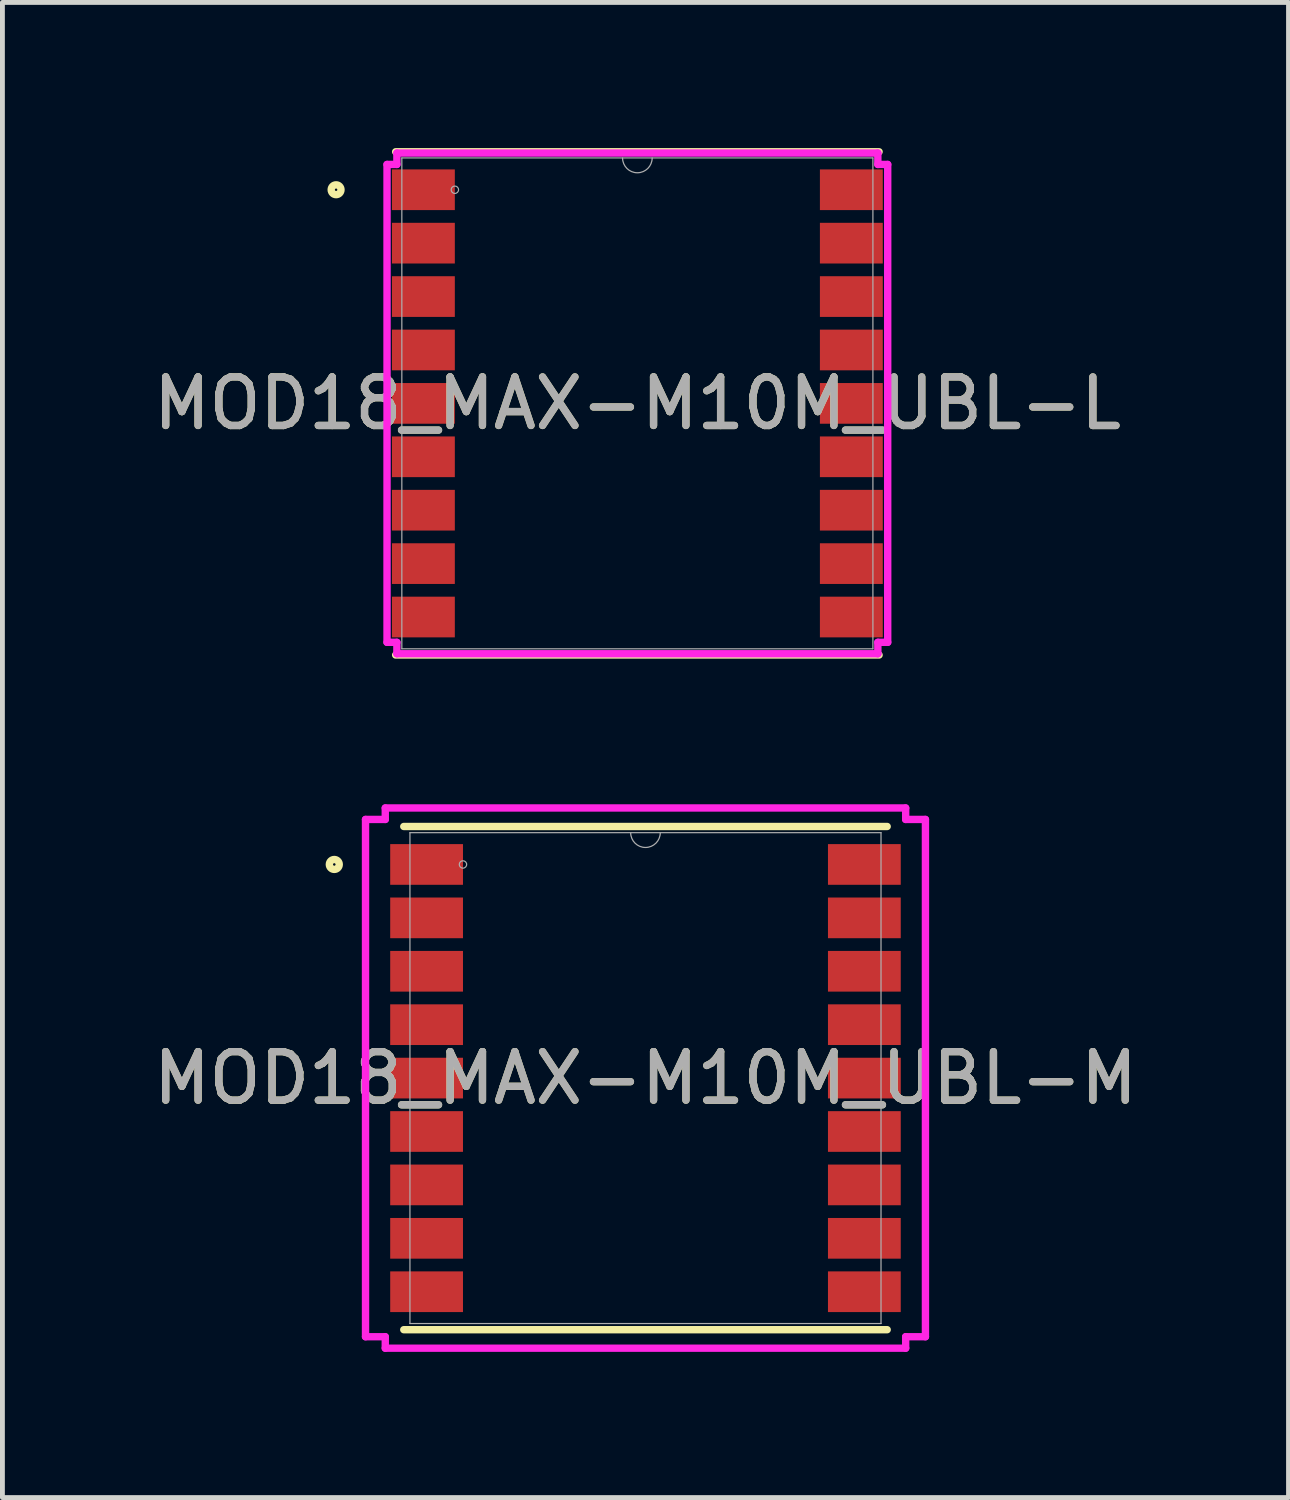
<source format=kicad_pcb>
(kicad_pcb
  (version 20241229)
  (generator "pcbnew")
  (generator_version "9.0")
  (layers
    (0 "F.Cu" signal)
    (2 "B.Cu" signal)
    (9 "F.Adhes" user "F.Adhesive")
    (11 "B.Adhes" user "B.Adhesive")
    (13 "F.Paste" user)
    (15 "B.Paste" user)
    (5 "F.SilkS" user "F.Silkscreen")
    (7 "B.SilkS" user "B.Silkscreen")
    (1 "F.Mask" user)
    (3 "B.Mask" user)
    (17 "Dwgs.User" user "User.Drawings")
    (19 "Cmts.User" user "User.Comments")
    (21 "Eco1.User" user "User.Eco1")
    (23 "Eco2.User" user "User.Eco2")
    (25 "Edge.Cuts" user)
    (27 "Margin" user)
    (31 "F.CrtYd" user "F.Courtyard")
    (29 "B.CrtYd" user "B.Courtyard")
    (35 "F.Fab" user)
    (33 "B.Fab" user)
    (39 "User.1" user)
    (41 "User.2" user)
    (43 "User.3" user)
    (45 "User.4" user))
  (footprint "MOD18_MAX-M10M_UBL-M"
    (layer "F.Cu")
    (at 10.244 19.154)
    (property "Reference" "MOD18_MAX-M10M_UBL-M" (at 0 0 0) (unlocked yes) (layer "F.SilkS") (effects (font (size 1 1) (thickness 0.15))))
    (attr smd)
    (fp_line (start -4.978 5.182) (end 4.978 5.182) (stroke (width 0.152) (type solid)) (layer "F.SilkS"))
    (fp_line (start 4.978 -5.182) (end -4.978 -5.182) (stroke (width 0.152) (type solid)) (layer "F.SilkS"))
    (fp_circle (center -6.409 -4.4) (end -6.307 -4.4) (stroke (width 0.152) (type solid)) (fill no) (layer "F.SilkS"))
    (fp_line (start -5.766 -5.327) (end -5.359 -5.327) (stroke (width 0.152) (type solid)) (layer "F.CrtYd"))
    (fp_line (start -5.766 5.327) (end -5.766 -5.327) (stroke (width 0.152) (type solid)) (layer "F.CrtYd"))
    (fp_line (start -5.766 5.327) (end -5.359 5.327) (stroke (width 0.152) (type solid)) (layer "F.CrtYd"))
    (fp_line (start -5.359 -5.563) (end 5.359 -5.563) (stroke (width 0.152) (type solid)) (layer "F.CrtYd"))
    (fp_line (start -5.359 -5.327) (end -5.359 -5.563) (stroke (width 0.152) (type solid)) (layer "F.CrtYd"))
    (fp_line (start -5.359 5.563) (end -5.359 5.327) (stroke (width 0.152) (type solid)) (layer "F.CrtYd"))
    (fp_line (start 5.359 -5.563) (end 5.359 -5.327) (stroke (width 0.152) (type solid)) (layer "F.CrtYd"))
    (fp_line (start 5.359 5.327) (end 5.359 5.563) (stroke (width 0.152) (type solid)) (layer "F.CrtYd"))
    (fp_line (start 5.359 5.563) (end -5.359 5.563) (stroke (width 0.152) (type solid)) (layer "F.CrtYd"))
    (fp_line (start 5.766 -5.327) (end 5.359 -5.327) (stroke (width 0.152) (type solid)) (layer "F.CrtYd"))
    (fp_line (start 5.766 -5.327) (end 5.766 5.327) (stroke (width 0.152) (type solid)) (layer "F.CrtYd"))
    (fp_line (start 5.766 5.327) (end 5.359 5.327) (stroke (width 0.152) (type solid)) (layer "F.CrtYd"))
    (fp_line (start -4.851 -5.055) (end -4.851 5.055) (stroke (width 0.025) (type solid)) (layer "F.Fab"))
    (fp_line (start -4.851 5.055) (end 4.851 5.055) (stroke (width 0.025) (type solid)) (layer "F.Fab"))
    (fp_line (start 4.851 -5.055) (end -4.851 -5.055) (stroke (width 0.025) (type solid)) (layer "F.Fab"))
    (fp_line (start 4.851 5.055) (end 4.851 -5.055) (stroke (width 0.025) (type solid)) (layer "F.Fab"))
    (fp_arc (start 0.3048 -5.0546) (mid 0 -4.7498) (end -0.3048 -5.0546) (stroke (width 0.0254) (type solid)) (layer "F.Fab"))
    (fp_circle (center -3.759 -4.4) (end -3.683 -4.4) (stroke (width 0.025) (type solid)) (fill no) (layer "F.Fab"))
    (fp_text user "${REFERENCE}" (at 0 0 0) (unlocked yes) (layer "F.Fab") (effects (font (size 1 1) (thickness 0.15))))
    (pad "1" smd rect (at -4.508 -4.4) (size 1.499 0.838) (layers "F.Cu" "F.Mask" "F.Paste"))
    (pad "2" smd rect (at -4.508 -3.3) (size 1.499 0.838) (layers "F.Cu" "F.Mask" "F.Paste"))
    (pad "3" smd rect (at -4.508 -2.2) (size 1.499 0.838) (layers "F.Cu" "F.Mask" "F.Paste"))
    (pad "4" smd rect (at -4.508 -1.1) (size 1.499 0.838) (layers "F.Cu" "F.Mask" "F.Paste"))
    (pad "5" smd rect (at -4.508 0) (size 1.499 0.838) (layers "F.Cu" "F.Mask" "F.Paste"))
    (pad "6" smd rect (at -4.508 1.1) (size 1.499 0.838) (layers "F.Cu" "F.Mask" "F.Paste"))
    (pad "7" smd rect (at -4.508 2.2) (size 1.499 0.838) (layers "F.Cu" "F.Mask" "F.Paste"))
    (pad "8" smd rect (at -4.508 3.3) (size 1.499 0.838) (layers "F.Cu" "F.Mask" "F.Paste"))
    (pad "9" smd rect (at -4.508 4.4) (size 1.499 0.838) (layers "F.Cu" "F.Mask" "F.Paste"))
    (pad "10" smd rect (at 4.508 4.4) (size 1.499 0.838) (layers "F.Cu" "F.Mask" "F.Paste"))
    (pad "11" smd rect (at 4.508 3.3) (size 1.499 0.838) (layers "F.Cu" "F.Mask" "F.Paste"))
    (pad "12" smd rect (at 4.508 2.2) (size 1.499 0.838) (layers "F.Cu" "F.Mask" "F.Paste"))
    (pad "13" smd rect (at 4.508 1.1) (size 1.499 0.838) (layers "F.Cu" "F.Mask" "F.Paste"))
    (pad "14" smd rect (at 4.508 0) (size 1.499 0.838) (layers "F.Cu" "F.Mask" "F.Paste"))
    (pad "15" smd rect (at 4.508 -1.1) (size 1.499 0.838) (layers "F.Cu" "F.Mask" "F.Paste"))
    (pad "16" smd rect (at 4.508 -2.2) (size 1.499 0.838) (layers "F.Cu" "F.Mask" "F.Paste"))
    (pad "17" smd rect (at 4.508 -3.3) (size 1.499 0.838) (layers "F.Cu" "F.Mask" "F.Paste"))
    (pad "18" smd rect (at 4.508 -4.4) (size 1.499 0.838) (layers "F.Cu" "F.Mask" "F.Paste")))
  (footprint "MOD18_MAX-M10M_UBL-L"
    (layer "F.Cu")
    (at 10.077 5.258)
    (property "Reference" "MOD18_MAX-M10M_UBL-L" (at 0 0 0) (unlocked yes) (layer "F.SilkS") (effects (font (size 1 1) (thickness 0.15))))
    (attr smd)
    (fp_line (start -4.978 5.182) (end 4.978 5.182) (stroke (width 0.152) (type solid)) (layer "F.SilkS"))
    (fp_line (start 4.978 -5.182) (end -4.978 -5.182) (stroke (width 0.152) (type solid)) (layer "F.SilkS"))
    (fp_circle (center -6.205 -4.4) (end -6.104 -4.4) (stroke (width 0.152) (type solid)) (fill no) (layer "F.SilkS"))
    (fp_line (start -5.156 -4.921) (end -4.953 -4.921) (stroke (width 0.152) (type solid)) (layer "F.CrtYd"))
    (fp_line (start -5.156 4.921) (end -5.156 -4.921) (stroke (width 0.152) (type solid)) (layer "F.CrtYd"))
    (fp_line (start -5.156 4.921) (end -4.953 4.921) (stroke (width 0.152) (type solid)) (layer "F.CrtYd"))
    (fp_line (start -4.953 -5.156) (end 4.953 -5.156) (stroke (width 0.152) (type solid)) (layer "F.CrtYd"))
    (fp_line (start -4.953 -4.921) (end -4.953 -5.156) (stroke (width 0.152) (type solid)) (layer "F.CrtYd"))
    (fp_line (start -4.953 5.156) (end -4.953 4.921) (stroke (width 0.152) (type solid)) (layer "F.CrtYd"))
    (fp_line (start 4.953 -5.156) (end 4.953 -4.921) (stroke (width 0.152) (type solid)) (layer "F.CrtYd"))
    (fp_line (start 4.953 4.921) (end 4.953 5.156) (stroke (width 0.152) (type solid)) (layer "F.CrtYd"))
    (fp_line (start 4.953 5.156) (end -4.953 5.156) (stroke (width 0.152) (type solid)) (layer "F.CrtYd"))
    (fp_line (start 5.156 -4.921) (end 4.953 -4.921) (stroke (width 0.152) (type solid)) (layer "F.CrtYd"))
    (fp_line (start 5.156 -4.921) (end 5.156 4.921) (stroke (width 0.152) (type solid)) (layer "F.CrtYd"))
    (fp_line (start 5.156 4.921) (end 4.953 4.921) (stroke (width 0.152) (type solid)) (layer "F.CrtYd"))
    (fp_line (start -4.851 -5.055) (end -4.851 5.055) (stroke (width 0.025) (type solid)) (layer "F.Fab"))
    (fp_line (start -4.851 5.055) (end 4.851 5.055) (stroke (width 0.025) (type solid)) (layer "F.Fab"))
    (fp_line (start 4.851 -5.055) (end -4.851 -5.055) (stroke (width 0.025) (type solid)) (layer "F.Fab"))
    (fp_line (start 4.851 5.055) (end 4.851 -5.055) (stroke (width 0.025) (type solid)) (layer "F.Fab"))
    (fp_arc (start 0.3048 -5.0546) (mid 0 -4.7498) (end -0.3048 -5.0546) (stroke (width 0.0254) (type solid)) (layer "F.Fab"))
    (fp_circle (center -3.759 -4.4) (end -3.683 -4.4) (stroke (width 0.025) (type solid)) (fill no) (layer "F.Fab"))
    (fp_text user "${REFERENCE}" (at 0 0 0) (unlocked yes) (layer "F.Fab") (effects (font (size 1 1) (thickness 0.15))))
    (pad "1" smd rect (at -4.407 -4.4) (size 1.295 0.838) (layers "F.Cu" "F.Mask" "F.Paste"))
    (pad "2" smd rect (at -4.407 -3.3) (size 1.295 0.838) (layers "F.Cu" "F.Mask" "F.Paste"))
    (pad "3" smd rect (at -4.407 -2.2) (size 1.295 0.838) (layers "F.Cu" "F.Mask" "F.Paste"))
    (pad "4" smd rect (at -4.407 -1.1) (size 1.295 0.838) (layers "F.Cu" "F.Mask" "F.Paste"))
    (pad "5" smd rect (at -4.407 0) (size 1.295 0.838) (layers "F.Cu" "F.Mask" "F.Paste"))
    (pad "6" smd rect (at -4.407 1.1) (size 1.295 0.838) (layers "F.Cu" "F.Mask" "F.Paste"))
    (pad "7" smd rect (at -4.407 2.2) (size 1.295 0.838) (layers "F.Cu" "F.Mask" "F.Paste"))
    (pad "8" smd rect (at -4.407 3.3) (size 1.295 0.838) (layers "F.Cu" "F.Mask" "F.Paste"))
    (pad "9" smd rect (at -4.407 4.4) (size 1.295 0.838) (layers "F.Cu" "F.Mask" "F.Paste"))
    (pad "10" smd rect (at 4.407 4.4) (size 1.295 0.838) (layers "F.Cu" "F.Mask" "F.Paste"))
    (pad "11" smd rect (at 4.407 3.3) (size 1.295 0.838) (layers "F.Cu" "F.Mask" "F.Paste"))
    (pad "12" smd rect (at 4.407 2.2) (size 1.295 0.838) (layers "F.Cu" "F.Mask" "F.Paste"))
    (pad "13" smd rect (at 4.407 1.1) (size 1.295 0.838) (layers "F.Cu" "F.Mask" "F.Paste"))
    (pad "14" smd rect (at 4.407 0) (size 1.295 0.838) (layers "F.Cu" "F.Mask" "F.Paste"))
    (pad "15" smd rect (at 4.407 -1.1) (size 1.295 0.838) (layers "F.Cu" "F.Mask" "F.Paste"))
    (pad "16" smd rect (at 4.407 -2.2) (size 1.295 0.838) (layers "F.Cu" "F.Mask" "F.Paste"))
    (pad "17" smd rect (at 4.407 -3.3) (size 1.295 0.838) (layers "F.Cu" "F.Mask" "F.Paste"))
    (pad "18" smd rect (at 4.407 -4.4) (size 1.295 0.838) (layers "F.Cu" "F.Mask" "F.Paste")))
  (gr_rect
    (start -3 -3)
    (end 23.488 27.793)
    (stroke (width 0.1) (type default))
    (fill no)
    (layer "Edge.Cuts")))
</source>
